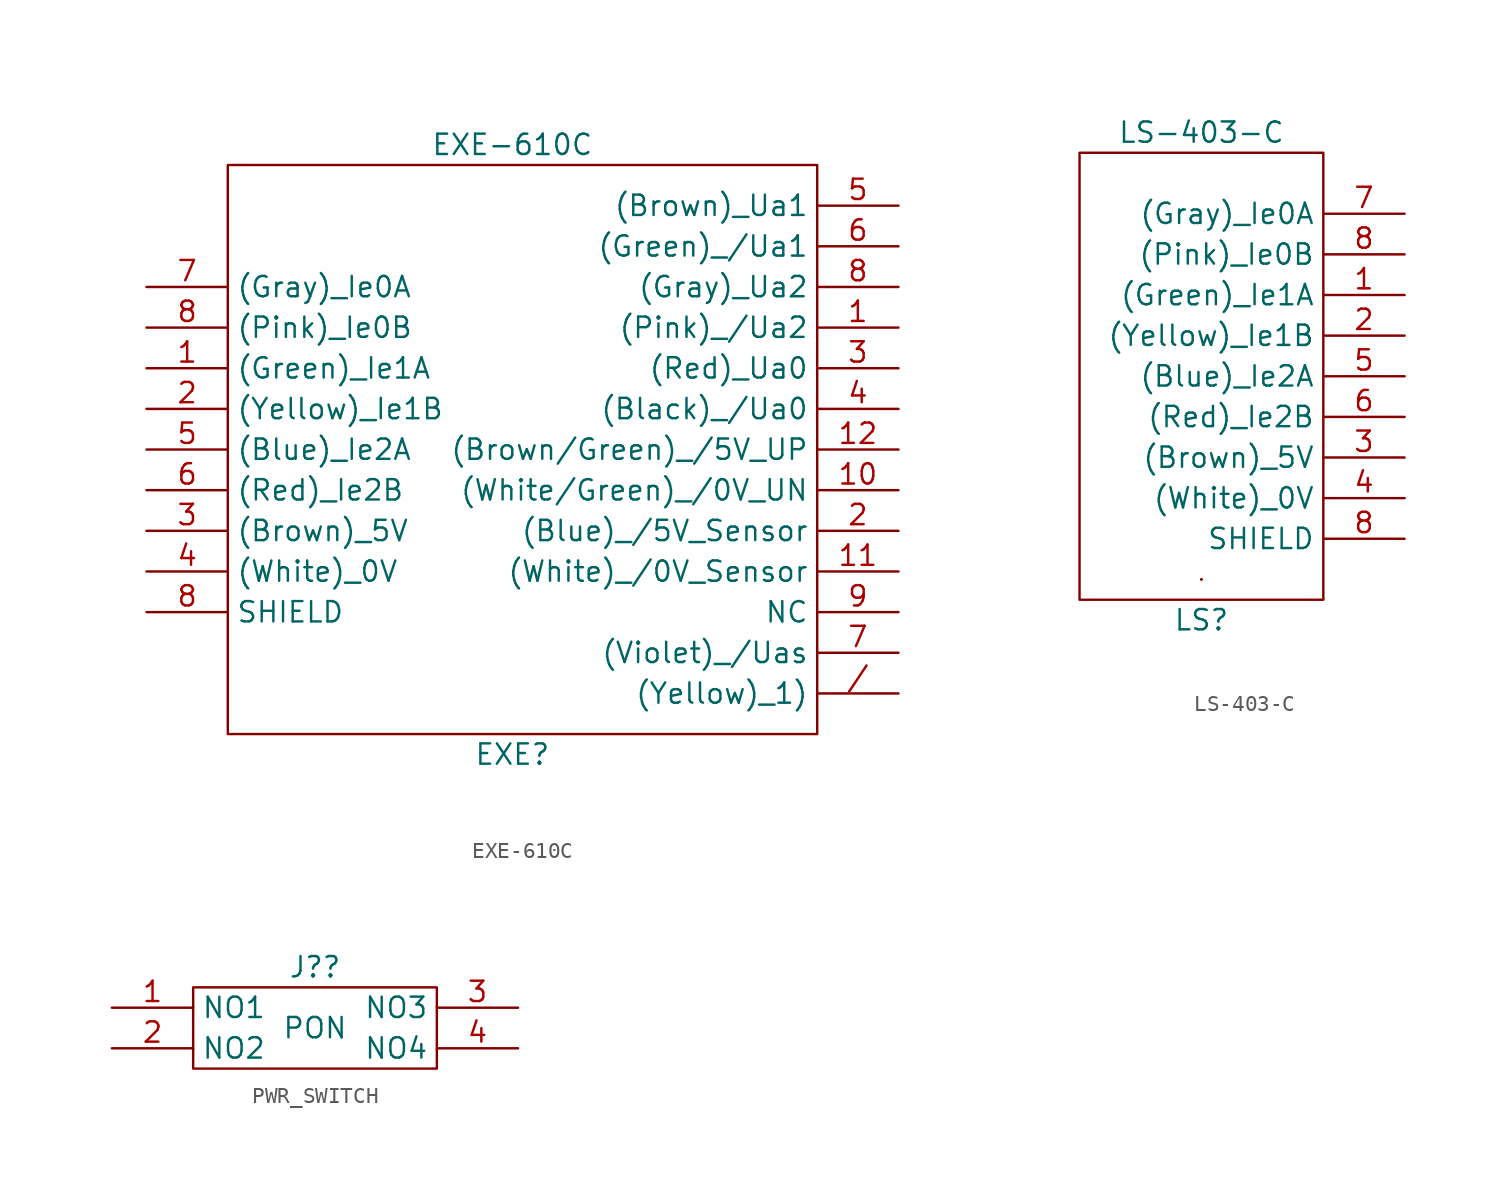
<source format=kicad_sym>
(kicad_symbol_lib
  (version 20220914)
  (generator kicad_symbol_editor)
  (symbol "EXE-610C"
    (property "Reference" "EXE"
      (at 0 -19.05 0)
      (effects (font (size 1.27 1.27))))
    (property "Value" "EXE-610C"
      (at 0 19.05 0)
      (effects (font (size 1.27 1.27))))
    (symbol "EXE-610C_0_1"
      (rectangle (start -10.16 -2.54) (end -10.16 -2.54) (stroke (width 0.152) (type default)) (fill (type none)))
      (rectangle (start -10.16 -2.54) (end -10.16 -2.54) (stroke (width 0.152) (type default)) (fill (type none)))
      (polyline (pts (xy -10.16 -2.54) (xy -10.16 -2.54)) (stroke (width 0.152) (type default)) (fill (type none)))
      (rectangle (start 19.05 17.78) (end -17.78 -17.78) (stroke (width 0.152) (type default)) (fill (type none))))
    (symbol "EXE-610C_1_1"
      (pin passive line (at 24.13 -15.24 180) (length 5.08) (name "(Yellow)_1)" (effects (font (size 1.27 1.27)))) (number "/" (effects (font (size 1.27 1.27)))))
      (pin passive line (at -22.86 5.08 0) (length 5.08) (name "(Green)_Ie1A" (effects (font (size 1.27 1.27)))) (number "1" (effects (font (size 1.27 1.27)))))
      (pin passive line (at 24.13 7.62 180) (length 5.08) (name "(Pink)_/Ua2" (effects (font (size 1.27 1.27)))) (number "1" (effects (font (size 1.27 1.27)))))
      (pin passive line (at 24.13 -2.54 180) (length 5.08) (name "(White/Green)_/0V_UN" (effects (font (size 1.27 1.27)))) (number "10" (effects (font (size 1.27 1.27)))))
      (pin passive line (at 24.13 -7.62 180) (length 5.08) (name "(White)_/0V_Sensor" (effects (font (size 1.27 1.27)))) (number "11" (effects (font (size 1.27 1.27)))))
      (pin passive line (at 24.13 0 180) (length 5.08) (name "(Brown/Green)_/5V_UP" (effects (font (size 1.27 1.27)))) (number "12" (effects (font (size 1.27 1.27)))))
      (pin passive line (at 24.13 -5.08 180) (length 5.08) (name "(Blue)_/5V_Sensor" (effects (font (size 1.27 1.27)))) (number "2" (effects (font (size 1.27 1.27)))))
      (pin passive line (at -22.86 2.54 0) (length 5.08) (name "(Yellow)_Ie1B" (effects (font (size 1.27 1.27)))) (number "2" (effects (font (size 1.27 1.27)))))
      (pin passive line (at -22.86 -5.08 0) (length 5.08) (name "(Brown)_5V" (effects (font (size 1.27 1.27)))) (number "3" (effects (font (size 1.27 1.27)))))
      (pin passive line (at 24.13 5.08 180) (length 5.08) (name "(Red)_Ua0" (effects (font (size 1.27 1.27)))) (number "3" (effects (font (size 1.27 1.27)))))
      (pin passive line (at 24.13 2.54 180) (length 5.08) (name "(Black)_/Ua0" (effects (font (size 1.27 1.27)))) (number "4" (effects (font (size 1.27 1.27)))))
      (pin passive line (at -22.86 -7.62 0) (length 5.08) (name "(White)_0V" (effects (font (size 1.27 1.27)))) (number "4" (effects (font (size 1.27 1.27)))))
      (pin passive line (at -22.86 0 0) (length 5.08) (name "(Blue)_Ie2A" (effects (font (size 1.27 1.27)))) (number "5" (effects (font (size 1.27 1.27)))))
      (pin passive line (at 24.13 15.24 180) (length 5.08) (name "(Brown)_Ua1" (effects (font (size 1.27 1.27)))) (number "5" (effects (font (size 1.27 1.27)))))
      (pin passive line (at 24.13 12.7 180) (length 5.08) (name "(Green)_/Ua1" (effects (font (size 1.27 1.27)))) (number "6" (effects (font (size 1.27 1.27)))))
      (pin passive line (at -22.86 -2.54 0) (length 5.08) (name "(Red)_Ie2B" (effects (font (size 1.27 1.27)))) (number "6" (effects (font (size 1.27 1.27)))))
      (pin passive line (at -22.86 10.16 0) (length 5.08) (name "(Gray)_Ie0A" (effects (font (size 1.27 1.27)))) (number "7" (effects (font (size 1.27 1.27)))))
      (pin passive line (at 24.13 -12.7 180) (length 5.08) (name "(Violet)_/Uas" (effects (font (size 1.27 1.27)))) (number "7" (effects (font (size 1.27 1.27)))))
      (pin passive line (at 24.13 10.16 180) (length 5.08) (name "(Gray)_Ua2" (effects (font (size 1.27 1.27)))) (number "8" (effects (font (size 1.27 1.27)))))
      (pin passive line (at -22.86 7.62 0) (length 5.08) (name "(Pink)_Ie0B" (effects (font (size 1.27 1.27)))) (number "8" (effects (font (size 1.27 1.27)))))
      (pin passive line (at -22.86 -10.16 0) (length 5.08) (name "SHIELD" (effects (font (size 1.27 1.27)))) (number "8" (effects (font (size 1.27 1.27)))))
      (pin passive line (at 24.13 -10.16 180) (length 5.08) (name "NC" (effects (font (size 1.27 1.27)))) (number "9" (effects (font (size 1.27 1.27)))))))
  (symbol "LS-403-C"
    (property "Reference" "LS"
      (at 0 -15.24 0)
      (effects (font (size 1.27 1.27))))
    (property "Value" "LS-403-C"
      (at 0 15.24 0)
      (effects (font (size 1.27 1.27))))
    (symbol "LS-403-C_0_1"
      (rectangle (start 0 -12.7) (end 0 -12.7) (stroke (width 0.152) (type default)) (fill (type none)))
      (rectangle (start 0 -12.7) (end 0 -12.7) (stroke (width 0.152) (type default)) (fill (type none)))
      (polyline (pts (xy 0 -12.7) (xy 0 -12.7)) (stroke (width 0.152) (type default)) (fill (type none)))
      (rectangle (start 7.62 13.97) (end -7.62 -13.97) (stroke (width 0.152) (type default)) (fill (type none))))
    (symbol "LS-403-C_1_1"
      (pin passive line (at 12.7 5.08 180) (length 5.08) (name "(Green)_Ie1A" (effects (font (size 1.27 1.27)))) (number "1" (effects (font (size 1.27 1.27)))))
      (pin passive line (at 12.7 2.54 180) (length 5.08) (name "(Yellow)_Ie1B" (effects (font (size 1.27 1.27)))) (number "2" (effects (font (size 1.27 1.27)))))
      (pin passive line (at 12.7 -5.08 180) (length 5.08) (name "(Brown)_5V" (effects (font (size 1.27 1.27)))) (number "3" (effects (font (size 1.27 1.27)))))
      (pin passive line (at 12.7 -7.62 180) (length 5.08) (name "(White)_0V" (effects (font (size 1.27 1.27)))) (number "4" (effects (font (size 1.27 1.27)))))
      (pin passive line (at 12.7 0 180) (length 5.08) (name "(Blue)_Ie2A" (effects (font (size 1.27 1.27)))) (number "5" (effects (font (size 1.27 1.27)))))
      (pin passive line (at 12.7 -2.54 180) (length 5.08) (name "(Red)_Ie2B" (effects (font (size 1.27 1.27)))) (number "6" (effects (font (size 1.27 1.27)))))
      (pin passive line (at 12.7 10.16 180) (length 5.08) (name "(Gray)_Ie0A" (effects (font (size 1.27 1.27)))) (number "7" (effects (font (size 1.27 1.27)))))
      (pin passive line (at 12.7 7.62 180) (length 5.08) (name "(Pink)_Ie0B" (effects (font (size 1.27 1.27)))) (number "8" (effects (font (size 1.27 1.27)))))
      (pin passive line (at 12.7 -10.16 180) (length 5.08) (name "SHIELD" (effects (font (size 1.27 1.27)))) (number "8" (effects (font (size 1.27 1.27)))))))
  (symbol "PWR_SWITCH"
    (property "Reference" "J?"
      (at 0 3.81 0)
      (effects (font (size 1.27 1.27))))
    (property "Value" "PON"
      (at 0 0 0)
      (effects (font (size 1.27 1.27))))
    (symbol "PWR_SWITCH_0_1"
      (rectangle (start -7.62 2.54) (end 7.62 -2.54) (stroke (width 0) (type default)) (fill (type none))))
    (symbol "PWR_SWITCH_1_1"
      (pin passive line (at -12.7 1.27 0) (length 5.08) (name "NO1" (effects (font (size 1.27 1.27)))) (number "1" (effects (font (size 1.27 1.27)))))
      (pin passive line (at -12.7 -1.27 0) (length 5.08) (name "NO2" (effects (font (size 1.27 1.27)))) (number "2" (effects (font (size 1.27 1.27)))))
      (pin passive line (at 12.7 1.27 180) (length 5.08) (name "NO3" (effects (font (size 1.27 1.27)))) (number "3" (effects (font (size 1.27 1.27)))))
      (pin passive line (at 12.7 -1.27 180) (length 5.08) (name "NO4" (effects (font (size 1.27 1.27)))) (number "4" (effects (font (size 1.27 1.27))))))))
</source>
